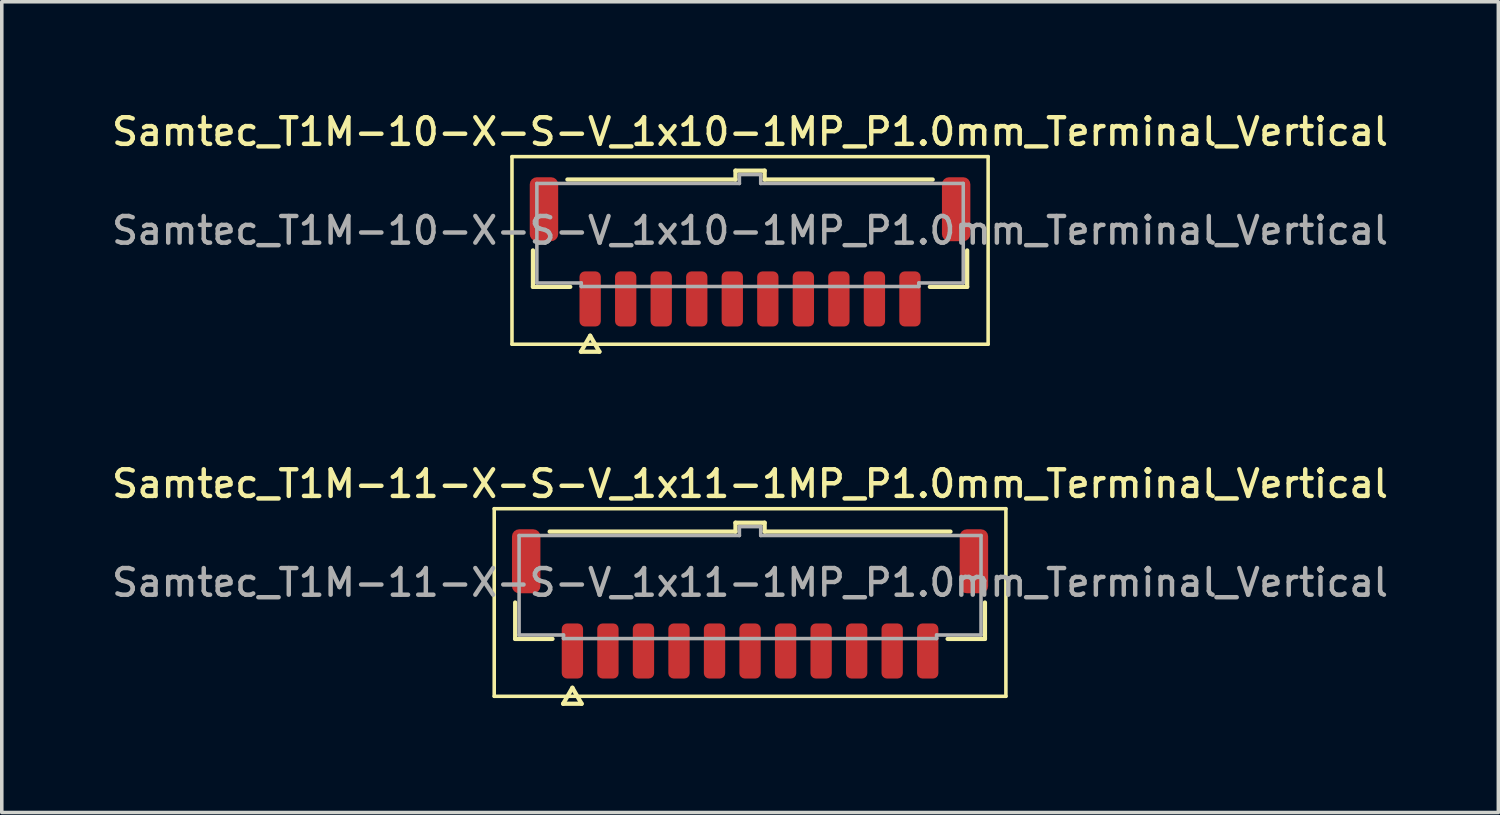
<source format=kicad_pcb>
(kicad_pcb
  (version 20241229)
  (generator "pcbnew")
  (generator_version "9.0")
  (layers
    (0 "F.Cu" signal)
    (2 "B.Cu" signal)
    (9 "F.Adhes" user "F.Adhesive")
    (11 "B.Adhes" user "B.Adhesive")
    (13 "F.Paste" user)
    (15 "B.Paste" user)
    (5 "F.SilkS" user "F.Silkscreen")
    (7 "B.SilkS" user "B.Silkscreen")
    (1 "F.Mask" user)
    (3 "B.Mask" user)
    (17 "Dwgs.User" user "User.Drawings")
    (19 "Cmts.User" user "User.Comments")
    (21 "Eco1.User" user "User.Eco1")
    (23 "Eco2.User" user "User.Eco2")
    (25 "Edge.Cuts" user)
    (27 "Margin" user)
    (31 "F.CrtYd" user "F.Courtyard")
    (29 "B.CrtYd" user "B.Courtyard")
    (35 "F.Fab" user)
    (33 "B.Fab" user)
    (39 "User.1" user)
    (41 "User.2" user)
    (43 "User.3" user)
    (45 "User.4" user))
  (footprint "Samtec_T1M-10-X-S-V_1x10-1MP_P1.0mm_Terminal_Vertical"
    (layer "F.Cu")
    (at 18.059 3.438)
    (property "Reference" "Samtec_T1M-10-X-S-V_1x10-1MP_P1.0mm_Terminal_Vertical" (at 0 -2.78 0) (layer "F.SilkS") (effects (font (size 0.75 0.75) (thickness 0.125))))
    (attr smd)
    (fp_line (start -6.7 -2.08) (end -6.7 3.2) (stroke (width 0.1) (type solid)) (layer "F.SilkS"))
    (fp_line (start -6.7 3.2) (end 6.7 3.2) (stroke (width 0.1) (type solid)) (layer "F.SilkS"))
    (fp_line (start -6.11 1.585) (end -6.11 0.56) (stroke (width 0.12) (type solid)) (layer "F.SilkS"))
    (fp_line (start -5.14 -1.435) (end -0.41 -1.435) (stroke (width 0.12) (type solid)) (layer "F.SilkS"))
    (fp_line (start -5.06 1.585) (end -6.11 1.585) (stroke (width 0.12) (type solid)) (layer "F.SilkS"))
    (fp_line (start -4.76 3.41) (end -4.5 2.96) (stroke (width 0.12) (type solid)) (layer "F.SilkS"))
    (fp_line (start -4.5 2.96) (end -4.24 3.41) (stroke (width 0.12) (type solid)) (layer "F.SilkS"))
    (fp_line (start -4.24 3.41) (end -4.76 3.41) (stroke (width 0.12) (type solid)) (layer "F.SilkS"))
    (fp_line (start -0.41 -1.685) (end 0.41 -1.685) (stroke (width 0.12) (type solid)) (layer "F.SilkS"))
    (fp_line (start -0.41 -1.435) (end -0.41 -1.685) (stroke (width 0.12) (type solid)) (layer "F.SilkS"))
    (fp_line (start 0.41 -1.685) (end 0.41 -1.435) (stroke (width 0.12) (type solid)) (layer "F.SilkS"))
    (fp_line (start 0.41 -1.435) (end 5.14 -1.435) (stroke (width 0.12) (type solid)) (layer "F.SilkS"))
    (fp_line (start 6.11 0.56) (end 6.11 1.585) (stroke (width 0.12) (type solid)) (layer "F.SilkS"))
    (fp_line (start 6.11 1.585) (end 5.06 1.585) (stroke (width 0.12) (type solid)) (layer "F.SilkS"))
    (fp_line (start 6.7 -2.08) (end -6.7 -2.08) (stroke (width 0.1) (type solid)) (layer "F.SilkS"))
    (fp_line (start 6.7 3.2) (end 6.7 -2.08) (stroke (width 0.1) (type solid)) (layer "F.SilkS"))
    (fp_line (start -6 -1.325) (end -0.3 -1.325) (stroke (width 0.1) (type solid)) (layer "F.Fab"))
    (fp_line (start -6 1.475) (end -6 -1.325) (stroke (width 0.1) (type solid)) (layer "F.Fab"))
    (fp_line (start -4.75 1.475) (end -6 1.475) (stroke (width 0.1) (type solid)) (layer "F.Fab"))
    (fp_line (start -4.75 1.575) (end -4.75 1.475) (stroke (width 0.1) (type solid)) (layer "F.Fab"))
    (fp_line (start -0.3 -1.575) (end 0.3 -1.575) (stroke (width 0.1) (type solid)) (layer "F.Fab"))
    (fp_line (start -0.3 -1.325) (end -0.3 -1.575) (stroke (width 0.1) (type solid)) (layer "F.Fab"))
    (fp_line (start 0.3 -1.575) (end 0.3 -1.325) (stroke (width 0.1) (type solid)) (layer "F.Fab"))
    (fp_line (start 0.3 -1.325) (end 6 -1.325) (stroke (width 0.1) (type solid)) (layer "F.Fab"))
    (fp_line (start 4.75 1.475) (end 4.75 1.575) (stroke (width 0.1) (type solid)) (layer "F.Fab"))
    (fp_line (start 4.75 1.575) (end -4.75 1.575) (stroke (width 0.1) (type solid)) (layer "F.Fab"))
    (fp_line (start 6 -1.325) (end 6 1.475) (stroke (width 0.1) (type solid)) (layer "F.Fab"))
    (fp_line (start 6 1.475) (end 4.75 1.475) (stroke (width 0.1) (type solid)) (layer "F.Fab"))
    (fp_text user "${REFERENCE}" (at 0 0 0) (layer "F.Fab") (effects (font (size 0.75 0.75) (thickness 0.125))))
    (pad "1" smd roundrect (at -4.5 1.925) (size 0.6 1.55) (layers "F.Cu" "F.Mask" "F.Paste") (roundrect_rratio 0.25))
    (pad "2" smd roundrect (at -3.5 1.925) (size 0.6 1.55) (layers "F.Cu" "F.Mask" "F.Paste") (roundrect_rratio 0.25))
    (pad "3" smd roundrect (at -2.5 1.925) (size 0.6 1.55) (layers "F.Cu" "F.Mask" "F.Paste") (roundrect_rratio 0.25))
    (pad "4" smd roundrect (at -1.5 1.925) (size 0.6 1.55) (layers "F.Cu" "F.Mask" "F.Paste") (roundrect_rratio 0.25))
    (pad "5" smd roundrect (at -0.5 1.925) (size 0.6 1.55) (layers "F.Cu" "F.Mask" "F.Paste") (roundrect_rratio 0.25))
    (pad "6" smd roundrect (at 0.5 1.925) (size 0.6 1.55) (layers "F.Cu" "F.Mask" "F.Paste") (roundrect_rratio 0.25))
    (pad "7" smd roundrect (at 1.5 1.925) (size 0.6 1.55) (layers "F.Cu" "F.Mask" "F.Paste") (roundrect_rratio 0.25))
    (pad "8" smd roundrect (at 2.5 1.925) (size 0.6 1.55) (layers "F.Cu" "F.Mask" "F.Paste") (roundrect_rratio 0.25))
    (pad "9" smd roundrect (at 3.5 1.925) (size 0.6 1.55) (layers "F.Cu" "F.Mask" "F.Paste") (roundrect_rratio 0.25))
    (pad "10" smd roundrect (at 4.5 1.925) (size 0.6 1.55) (layers "F.Cu" "F.Mask" "F.Paste") (roundrect_rratio 0.25))
    (pad "MP" smd roundrect (at -5.8 -0.6) (size 0.8 1.8) (layers "F.Cu" "F.Mask" "F.Paste") (roundrect_rratio 0.25))
    (pad "MP" smd roundrect (at 5.8 -0.6) (size 0.8 1.8) (layers "F.Cu" "F.Mask" "F.Paste") (roundrect_rratio 0.25)))
  (footprint "Samtec_T1M-11-X-S-V_1x11-1MP_P1.0mm_Terminal_Vertical"
    (layer "F.Cu")
    (at 18.059 13.346)
    (property "Reference" "Samtec_T1M-11-X-S-V_1x11-1MP_P1.0mm_Terminal_Vertical" (at 0 -2.78 0) (layer "F.SilkS") (effects (font (size 0.75 0.75) (thickness 0.125))))
    (attr smd)
    (fp_line (start -7.2 -2.08) (end -7.2 3.2) (stroke (width 0.1) (type solid)) (layer "F.SilkS"))
    (fp_line (start -7.2 3.2) (end 7.2 3.2) (stroke (width 0.1) (type solid)) (layer "F.SilkS"))
    (fp_line (start -6.61 1.585) (end -6.61 0.56) (stroke (width 0.12) (type solid)) (layer "F.SilkS"))
    (fp_line (start -5.64 -1.435) (end -0.41 -1.435) (stroke (width 0.12) (type solid)) (layer "F.SilkS"))
    (fp_line (start -5.56 1.585) (end -6.61 1.585) (stroke (width 0.12) (type solid)) (layer "F.SilkS"))
    (fp_line (start -5.26 3.41) (end -5 2.96) (stroke (width 0.12) (type solid)) (layer "F.SilkS"))
    (fp_line (start -5 2.96) (end -4.74 3.41) (stroke (width 0.12) (type solid)) (layer "F.SilkS"))
    (fp_line (start -4.74 3.41) (end -5.26 3.41) (stroke (width 0.12) (type solid)) (layer "F.SilkS"))
    (fp_line (start -0.41 -1.685) (end 0.41 -1.685) (stroke (width 0.12) (type solid)) (layer "F.SilkS"))
    (fp_line (start -0.41 -1.435) (end -0.41 -1.685) (stroke (width 0.12) (type solid)) (layer "F.SilkS"))
    (fp_line (start 0.41 -1.685) (end 0.41 -1.435) (stroke (width 0.12) (type solid)) (layer "F.SilkS"))
    (fp_line (start 0.41 -1.435) (end 5.64 -1.435) (stroke (width 0.12) (type solid)) (layer "F.SilkS"))
    (fp_line (start 6.61 0.56) (end 6.61 1.585) (stroke (width 0.12) (type solid)) (layer "F.SilkS"))
    (fp_line (start 6.61 1.585) (end 5.56 1.585) (stroke (width 0.12) (type solid)) (layer "F.SilkS"))
    (fp_line (start 7.2 -2.08) (end -7.2 -2.08) (stroke (width 0.1) (type solid)) (layer "F.SilkS"))
    (fp_line (start 7.2 3.2) (end 7.2 -2.08) (stroke (width 0.1) (type solid)) (layer "F.SilkS"))
    (fp_line (start -6.5 -1.325) (end -0.3 -1.325) (stroke (width 0.1) (type solid)) (layer "F.Fab"))
    (fp_line (start -6.5 1.475) (end -6.5 -1.325) (stroke (width 0.1) (type solid)) (layer "F.Fab"))
    (fp_line (start -5.25 1.475) (end -6.5 1.475) (stroke (width 0.1) (type solid)) (layer "F.Fab"))
    (fp_line (start -5.25 1.575) (end -5.25 1.475) (stroke (width 0.1) (type solid)) (layer "F.Fab"))
    (fp_line (start -0.3 -1.575) (end 0.3 -1.575) (stroke (width 0.1) (type solid)) (layer "F.Fab"))
    (fp_line (start -0.3 -1.325) (end -0.3 -1.575) (stroke (width 0.1) (type solid)) (layer "F.Fab"))
    (fp_line (start 0.3 -1.575) (end 0.3 -1.325) (stroke (width 0.1) (type solid)) (layer "F.Fab"))
    (fp_line (start 0.3 -1.325) (end 6.5 -1.325) (stroke (width 0.1) (type solid)) (layer "F.Fab"))
    (fp_line (start 5.25 1.475) (end 5.25 1.575) (stroke (width 0.1) (type solid)) (layer "F.Fab"))
    (fp_line (start 5.25 1.575) (end -5.25 1.575) (stroke (width 0.1) (type solid)) (layer "F.Fab"))
    (fp_line (start 6.5 -1.325) (end 6.5 1.475) (stroke (width 0.1) (type solid)) (layer "F.Fab"))
    (fp_line (start 6.5 1.475) (end 5.25 1.475) (stroke (width 0.1) (type solid)) (layer "F.Fab"))
    (fp_text user "${REFERENCE}" (at 0 0 0) (layer "F.Fab") (effects (font (size 0.75 0.75) (thickness 0.125))))
    (pad "1" smd roundrect (at -5 1.925) (size 0.6 1.55) (layers "F.Cu" "F.Mask" "F.Paste") (roundrect_rratio 0.25))
    (pad "2" smd roundrect (at -4 1.925) (size 0.6 1.55) (layers "F.Cu" "F.Mask" "F.Paste") (roundrect_rratio 0.25))
    (pad "3" smd roundrect (at -3 1.925) (size 0.6 1.55) (layers "F.Cu" "F.Mask" "F.Paste") (roundrect_rratio 0.25))
    (pad "4" smd roundrect (at -2 1.925) (size 0.6 1.55) (layers "F.Cu" "F.Mask" "F.Paste") (roundrect_rratio 0.25))
    (pad "5" smd roundrect (at -1 1.925) (size 0.6 1.55) (layers "F.Cu" "F.Mask" "F.Paste") (roundrect_rratio 0.25))
    (pad "6" smd roundrect (at 0 1.925) (size 0.6 1.55) (layers "F.Cu" "F.Mask" "F.Paste") (roundrect_rratio 0.25))
    (pad "7" smd roundrect (at 1 1.925) (size 0.6 1.55) (layers "F.Cu" "F.Mask" "F.Paste") (roundrect_rratio 0.25))
    (pad "8" smd roundrect (at 2 1.925) (size 0.6 1.55) (layers "F.Cu" "F.Mask" "F.Paste") (roundrect_rratio 0.25))
    (pad "9" smd roundrect (at 3 1.925) (size 0.6 1.55) (layers "F.Cu" "F.Mask" "F.Paste") (roundrect_rratio 0.25))
    (pad "10" smd roundrect (at 4 1.925) (size 0.6 1.55) (layers "F.Cu" "F.Mask" "F.Paste") (roundrect_rratio 0.25))
    (pad "11" smd roundrect (at 5 1.925) (size 0.6 1.55) (layers "F.Cu" "F.Mask" "F.Paste") (roundrect_rratio 0.25))
    (pad "MP" smd roundrect (at -6.3 -0.6) (size 0.8 1.8) (layers "F.Cu" "F.Mask" "F.Paste") (roundrect_rratio 0.25))
    (pad "MP" smd roundrect (at 6.3 -0.6) (size 0.8 1.8) (layers "F.Cu" "F.Mask" "F.Paste") (roundrect_rratio 0.25)))
  (gr_rect
    (start -3 -3)
    (end 39.118 19.816)
    (stroke (width 0.1) (type default))
    (fill no)
    (layer "Edge.Cuts")))
</source>
